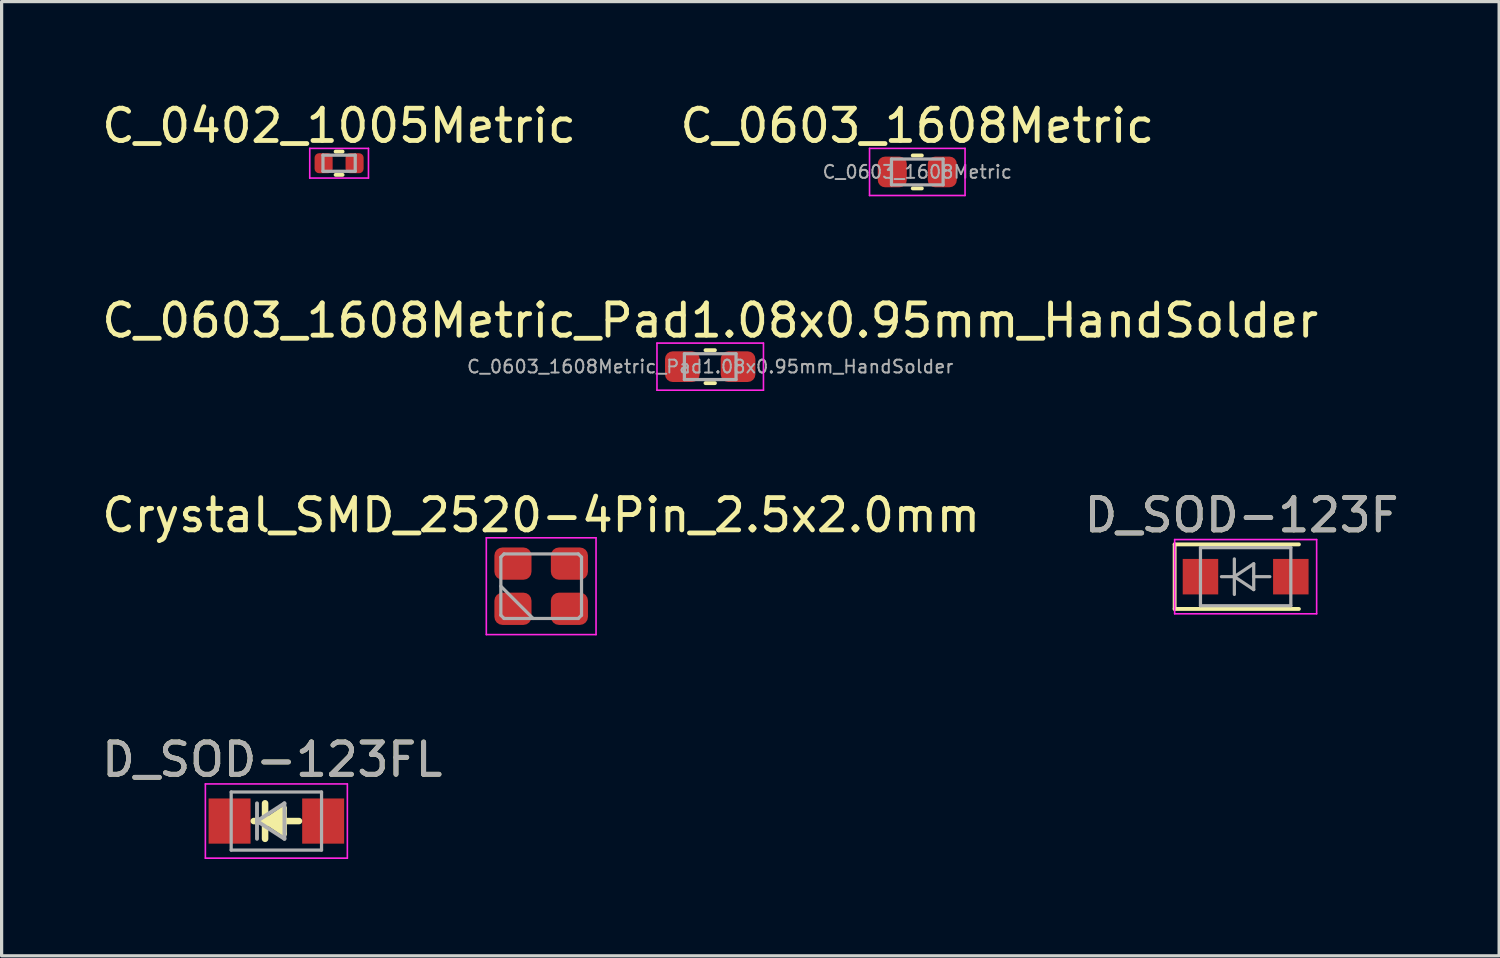
<source format=kicad_pcb>
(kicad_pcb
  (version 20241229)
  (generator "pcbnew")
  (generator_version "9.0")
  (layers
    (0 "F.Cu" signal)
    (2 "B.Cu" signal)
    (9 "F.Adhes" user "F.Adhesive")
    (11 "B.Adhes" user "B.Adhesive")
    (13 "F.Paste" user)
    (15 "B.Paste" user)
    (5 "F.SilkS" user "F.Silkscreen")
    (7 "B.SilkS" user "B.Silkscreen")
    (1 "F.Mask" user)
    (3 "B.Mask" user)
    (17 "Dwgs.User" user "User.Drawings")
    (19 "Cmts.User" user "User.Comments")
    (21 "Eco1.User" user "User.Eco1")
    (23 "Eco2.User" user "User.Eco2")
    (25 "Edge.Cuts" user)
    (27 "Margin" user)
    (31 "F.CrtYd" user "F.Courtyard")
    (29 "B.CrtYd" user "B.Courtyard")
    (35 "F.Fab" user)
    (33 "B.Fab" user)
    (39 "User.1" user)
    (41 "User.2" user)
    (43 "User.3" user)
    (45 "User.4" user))
  (footprint "D_SOD-123F"
    (layer "F.Cu")
    (at 35.55 14.82)
    (property "Reference" "D_SOD-123F" (at -0.127 -1.905 0) (layer "F.SilkS") (effects (font (size 1 1) (thickness 0.15))))
    (attr smd)
    (fp_line (start -2.2 -1) (end -2.2 1) (stroke (width 0.12) (type solid)) (layer "F.SilkS"))
    (fp_line (start -2.2 -1) (end 1.65 -1) (stroke (width 0.12) (type solid)) (layer "F.SilkS"))
    (fp_line (start -2.2 1) (end 1.65 1) (stroke (width 0.12) (type solid)) (layer "F.SilkS"))
    (fp_line (start -2.2 -1.15) (end -2.2 1.15) (stroke (width 0.05) (type solid)) (layer "F.CrtYd"))
    (fp_line (start -2.2 -1.15) (end 2.2 -1.15) (stroke (width 0.05) (type solid)) (layer "F.CrtYd"))
    (fp_line (start 2.2 -1.15) (end 2.2 1.15) (stroke (width 0.05) (type solid)) (layer "F.CrtYd"))
    (fp_line (start 2.2 1.15) (end -2.2 1.15) (stroke (width 0.05) (type solid)) (layer "F.CrtYd"))
    (fp_line (start -1.4 -0.9) (end 1.4 -0.9) (stroke (width 0.1) (type solid)) (layer "F.Fab"))
    (fp_line (start -1.4 0.9) (end -1.4 -0.9) (stroke (width 0.1) (type solid)) (layer "F.Fab"))
    (fp_line (start -0.75 0) (end -0.35 0) (stroke (width 0.1) (type solid)) (layer "F.Fab"))
    (fp_line (start -0.35 0) (end -0.35 -0.55) (stroke (width 0.1) (type solid)) (layer "F.Fab"))
    (fp_line (start -0.35 0) (end -0.35 0.55) (stroke (width 0.1) (type solid)) (layer "F.Fab"))
    (fp_line (start -0.35 0) (end 0.25 -0.4) (stroke (width 0.1) (type solid)) (layer "F.Fab"))
    (fp_line (start 0.25 -0.4) (end 0.25 0.4) (stroke (width 0.1) (type solid)) (layer "F.Fab"))
    (fp_line (start 0.25 0) (end 0.75 0) (stroke (width 0.1) (type solid)) (layer "F.Fab"))
    (fp_line (start 0.25 0.4) (end -0.35 0) (stroke (width 0.1) (type solid)) (layer "F.Fab"))
    (fp_line (start 1.4 -0.9) (end 1.4 0.9) (stroke (width 0.1) (type solid)) (layer "F.Fab"))
    (fp_line (start 1.4 0.9) (end -1.4 0.9) (stroke (width 0.1) (type solid)) (layer "F.Fab"))
    (fp_text user "${REFERENCE}" (at -0.127 -1.905 0) (layer "F.Fab") (effects (font (size 1 1) (thickness 0.15))))
    (pad "1" smd rect (at -1.4 0) (size 1.1 1.1) (layers "F.Cu" "F.Mask" "F.Paste"))
    (pad "2" smd rect (at 1.4 0) (size 1.1 1.1) (layers "F.Cu" "F.Mask" "F.Paste")))
  (footprint "C_0603_1608Metric"
    (layer "F.Cu")
    (at 25.375 2.278)
    (property "Reference" "C_0603_1608Metric" (at 0 -1.43 0) (layer "F.SilkS") (effects (font (size 1 1) (thickness 0.15))))
    (attr smd)
    (fp_line (start -0.141 -0.51) (end 0.141 -0.51) (stroke (width 0.12) (type solid)) (layer "F.SilkS"))
    (fp_line (start -0.141 0.51) (end 0.141 0.51) (stroke (width 0.12) (type solid)) (layer "F.SilkS"))
    (fp_line (start -1.48 -0.73) (end 1.48 -0.73) (stroke (width 0.05) (type solid)) (layer "F.CrtYd"))
    (fp_line (start -1.48 0.73) (end -1.48 -0.73) (stroke (width 0.05) (type solid)) (layer "F.CrtYd"))
    (fp_line (start 1.48 -0.73) (end 1.48 0.73) (stroke (width 0.05) (type solid)) (layer "F.CrtYd"))
    (fp_line (start 1.48 0.73) (end -1.48 0.73) (stroke (width 0.05) (type solid)) (layer "F.CrtYd"))
    (fp_line (start -0.8 -0.4) (end 0.8 -0.4) (stroke (width 0.1) (type solid)) (layer "F.Fab"))
    (fp_line (start -0.8 0.4) (end -0.8 -0.4) (stroke (width 0.1) (type solid)) (layer "F.Fab"))
    (fp_line (start 0.8 -0.4) (end 0.8 0.4) (stroke (width 0.1) (type solid)) (layer "F.Fab"))
    (fp_line (start 0.8 0.4) (end -0.8 0.4) (stroke (width 0.1) (type solid)) (layer "F.Fab"))
    (fp_text user "${REFERENCE}" (at 0 0 0) (layer "F.Fab") (effects (font (size 0.4 0.4) (thickness 0.06))))
    (pad "1" smd roundrect (at -0.775 0) (size 0.9 0.95) (layers "F.Cu" "F.Mask" "F.Paste") (roundrect_rratio 0.25))
    (pad "2" smd roundrect (at 0.775 0) (size 0.9 0.95) (layers "F.Cu" "F.Mask" "F.Paste") (roundrect_rratio 0.25)))
  (footprint "D_SOD-123FL"
    (layer "F.Cu")
    (at 5.514 22.393)
    (property "Reference" "D_SOD-123FL" (at -0.127 -1.905 180) (layer "F.SilkS") (effects (font (size 1 1) (thickness 0.15))))
    (attr smd)
    (fp_line (start -0.7 0) (end -0.35 0) (stroke (width 0.203) (type solid)) (layer "F.SilkS"))
    (fp_line (start -0.35 0) (end -0.35 -0.55) (stroke (width 0.203) (type solid)) (layer "F.SilkS"))
    (fp_line (start -0.35 0) (end -0.35 0.55) (stroke (width 0.203) (type solid)) (layer "F.SilkS"))
    (fp_line (start -0.35 0) (end 0.25 -0.4) (stroke (width 0.152) (type solid)) (layer "F.SilkS"))
    (fp_line (start -0.15 0) (end 0.7 0) (stroke (width 0.203) (type solid)) (layer "F.SilkS"))
    (fp_line (start -0.05 0.1) (end -0.05 -0.1) (stroke (width 0.254) (type solid)) (layer "F.SilkS"))
    (fp_line (start 0.15 0.25) (end 0.15 -0.25) (stroke (width 0.254) (type solid)) (layer "F.SilkS"))
    (fp_line (start 0.25 -0.4) (end 0.25 0.4) (stroke (width 0.152) (type solid)) (layer "F.SilkS"))
    (fp_line (start 0.25 0.4) (end -0.35 0) (stroke (width 0.152) (type solid)) (layer "F.SilkS"))
    (fp_line (start -2.2 -1.15) (end -2.2 1.15) (stroke (width 0.05) (type solid)) (layer "F.CrtYd"))
    (fp_line (start -2.2 -1.15) (end 2.2 -1.15) (stroke (width 0.05) (type solid)) (layer "F.CrtYd"))
    (fp_line (start 2.2 -1.15) (end 2.2 1.15) (stroke (width 0.05) (type solid)) (layer "F.CrtYd"))
    (fp_line (start 2.2 1.15) (end -2.2 1.15) (stroke (width 0.05) (type solid)) (layer "F.CrtYd"))
    (fp_line (start -1.4 -0.9) (end 1.4 -0.9) (stroke (width 0.1) (type solid)) (layer "F.Fab"))
    (fp_line (start -1.4 0.9) (end -1.4 -0.9) (stroke (width 0.1) (type solid)) (layer "F.Fab"))
    (fp_line (start -0.6 -0.55) (end -0.6 0.55) (stroke (width 0.12) (type solid)) (layer "F.Fab"))
    (fp_line (start -0.6 0) (end 0.25 0.55) (stroke (width 0.12) (type solid)) (layer "F.Fab"))
    (fp_line (start 0.25 -0.55) (end -0.6 0) (stroke (width 0.12) (type solid)) (layer "F.Fab"))
    (fp_line (start 0.25 0.55) (end 0.25 -0.55) (stroke (width 0.12) (type solid)) (layer "F.Fab"))
    (fp_line (start 1.4 -0.9) (end 1.4 0.9) (stroke (width 0.1) (type solid)) (layer "F.Fab"))
    (fp_line (start 1.4 0.9) (end -1.4 0.9) (stroke (width 0.1) (type solid)) (layer "F.Fab"))
    (fp_text user "${REFERENCE}" (at -0.127 -1.905 180) (layer "F.Fab") (effects (font (size 1 1) (thickness 0.15))))
    (pad "1" smd rect (at -1.45 0) (size 1.3 1.4) (layers "F.Cu" "F.Mask" "F.Paste"))
    (pad "2" smd rect (at 1.45 0) (size 1.3 1.4) (layers "F.Cu" "F.Mask" "F.Paste")))
  (footprint "C_0603_1608Metric_Pad1.08x0.95mm_HandSolder"
    (layer "F.Cu")
    (at 18.958 8.312)
    (property "Reference" "C_0603_1608Metric_Pad1.08x0.95mm_HandSolder" (at 0 -1.43 0) (layer "F.SilkS") (effects (font (size 1 1) (thickness 0.15))))
    (attr smd)
    (fp_line (start -0.146 -0.51) (end 0.146 -0.51) (stroke (width 0.12) (type solid)) (layer "F.SilkS"))
    (fp_line (start -0.146 0.51) (end 0.146 0.51) (stroke (width 0.12) (type solid)) (layer "F.SilkS"))
    (fp_line (start -1.65 -0.73) (end 1.65 -0.73) (stroke (width 0.05) (type solid)) (layer "F.CrtYd"))
    (fp_line (start -1.65 0.73) (end -1.65 -0.73) (stroke (width 0.05) (type solid)) (layer "F.CrtYd"))
    (fp_line (start 1.65 -0.73) (end 1.65 0.73) (stroke (width 0.05) (type solid)) (layer "F.CrtYd"))
    (fp_line (start 1.65 0.73) (end -1.65 0.73) (stroke (width 0.05) (type solid)) (layer "F.CrtYd"))
    (fp_line (start -0.8 -0.4) (end 0.8 -0.4) (stroke (width 0.1) (type solid)) (layer "F.Fab"))
    (fp_line (start -0.8 0.4) (end -0.8 -0.4) (stroke (width 0.1) (type solid)) (layer "F.Fab"))
    (fp_line (start 0.8 -0.4) (end 0.8 0.4) (stroke (width 0.1) (type solid)) (layer "F.Fab"))
    (fp_line (start 0.8 0.4) (end -0.8 0.4) (stroke (width 0.1) (type solid)) (layer "F.Fab"))
    (fp_text user "${REFERENCE}" (at 0 0 0) (layer "F.Fab") (effects (font (size 0.4 0.4) (thickness 0.06))))
    (pad "1" smd roundrect (at -0.863 0) (size 1.075 0.95) (layers "F.Cu" "F.Mask" "F.Paste") (roundrect_rratio 0.25))
    (pad "2" smd roundrect (at 0.863 0) (size 1.075 0.95) (layers "F.Cu" "F.Mask" "F.Paste") (roundrect_rratio 0.25)))
  (footprint "C_0402_1005Metric"
    (layer "F.Cu")
    (at 7.458 2.008)
    (property "Reference" "C_0402_1005Metric" (at 0 -1.16 0) (layer "F.SilkS") (effects (font (size 1 1) (thickness 0.15))))
    (attr smd)
    (fp_line (start -0.108 -0.36) (end 0.108 -0.36) (stroke (width 0.12) (type solid)) (layer "F.SilkS"))
    (fp_line (start -0.108 0.36) (end 0.108 0.36) (stroke (width 0.12) (type solid)) (layer "F.SilkS"))
    (fp_line (start -0.91 -0.46) (end 0.91 -0.46) (stroke (width 0.05) (type solid)) (layer "F.CrtYd"))
    (fp_line (start -0.91 0.46) (end -0.91 -0.46) (stroke (width 0.05) (type solid)) (layer "F.CrtYd"))
    (fp_line (start 0.91 -0.46) (end 0.91 0.46) (stroke (width 0.05) (type solid)) (layer "F.CrtYd"))
    (fp_line (start 0.91 0.46) (end -0.91 0.46) (stroke (width 0.05) (type solid)) (layer "F.CrtYd"))
    (fp_line (start -0.5 -0.25) (end 0.5 -0.25) (stroke (width 0.1) (type solid)) (layer "F.Fab"))
    (fp_line (start -0.5 0.25) (end -0.5 -0.25) (stroke (width 0.1) (type solid)) (layer "F.Fab"))
    (fp_line (start 0.5 -0.25) (end 0.5 0.25) (stroke (width 0.1) (type solid)) (layer "F.Fab"))
    (fp_line (start 0.5 0.25) (end -0.5 0.25) (stroke (width 0.1) (type solid)) (layer "F.Fab"))
    (pad "1" smd roundrect (at -0.48 0) (size 0.56 0.62) (layers "F.Cu" "F.Mask" "F.Paste") (roundrect_rratio 0.25))
    (pad "2" smd roundrect (at 0.48 0) (size 0.56 0.62) (layers "F.Cu" "F.Mask" "F.Paste") (roundrect_rratio 0.25)))
  (footprint "Crystal_SMD_2520-4Pin_2.5x2.0mm"
    (layer "F.Cu")
    (at 13.72 15.115)
    (property "Reference" "Crystal_SMD_2520-4Pin_2.5x2.0mm" (at 0 -2.2 0) (layer "F.SilkS") (effects (font (size 1 1) (thickness 0.15))))
    (attr smd)
    (fp_line (start -1.7 -1.5) (end -1.7 1.5) (stroke (width 0.05) (type solid)) (layer "F.CrtYd"))
    (fp_line (start -1.7 1.5) (end 1.7 1.5) (stroke (width 0.05) (type solid)) (layer "F.CrtYd"))
    (fp_line (start 1.7 -1.5) (end -1.7 -1.5) (stroke (width 0.05) (type solid)) (layer "F.CrtYd"))
    (fp_line (start 1.7 1.5) (end 1.7 -1.5) (stroke (width 0.05) (type solid)) (layer "F.CrtYd"))
    (fp_line (start -1.25 -0.9) (end -1.15 -1) (stroke (width 0.1) (type solid)) (layer "F.Fab"))
    (fp_line (start -1.25 0) (end -0.25 1) (stroke (width 0.1) (type solid)) (layer "F.Fab"))
    (fp_line (start -1.25 0.9) (end -1.25 -0.9) (stroke (width 0.1) (type solid)) (layer "F.Fab"))
    (fp_line (start -1.15 -1) (end 1.15 -1) (stroke (width 0.1) (type solid)) (layer "F.Fab"))
    (fp_line (start -1.15 1) (end -1.25 0.9) (stroke (width 0.1) (type solid)) (layer "F.Fab"))
    (fp_line (start 1.15 -1) (end 1.25 -0.9) (stroke (width 0.1) (type solid)) (layer "F.Fab"))
    (fp_line (start 1.15 1) (end -1.15 1) (stroke (width 0.1) (type solid)) (layer "F.Fab"))
    (fp_line (start 1.25 -0.9) (end 1.25 0.9) (stroke (width 0.1) (type solid)) (layer "F.Fab"))
    (fp_line (start 1.25 0.9) (end 1.15 1) (stroke (width 0.1) (type solid)) (layer "F.Fab"))
    (pad "1" smd roundrect (at -0.875 0.7) (size 1.15 1) (layers "F.Cu" "F.Mask" "F.Paste") (roundrect_rratio 0.25))
    (pad "2" smd roundrect (at 0.875 0.7) (size 1.15 1) (layers "F.Cu" "F.Mask" "F.Paste") (roundrect_rratio 0.25))
    (pad "3" smd roundrect (at 0.875 -0.7) (size 1.15 1) (layers "F.Cu" "F.Mask" "F.Paste") (roundrect_rratio 0.25))
    (pad "4" smd roundrect (at -0.875 -0.7) (size 1.15 1) (layers "F.Cu" "F.Mask" "F.Paste") (roundrect_rratio 0.25)))
  (gr_rect
    (start -3 -3)
    (end 43.405 26.568)
    (stroke (width 0.1) (type default))
    (fill no)
    (layer "Edge.Cuts")))
</source>
